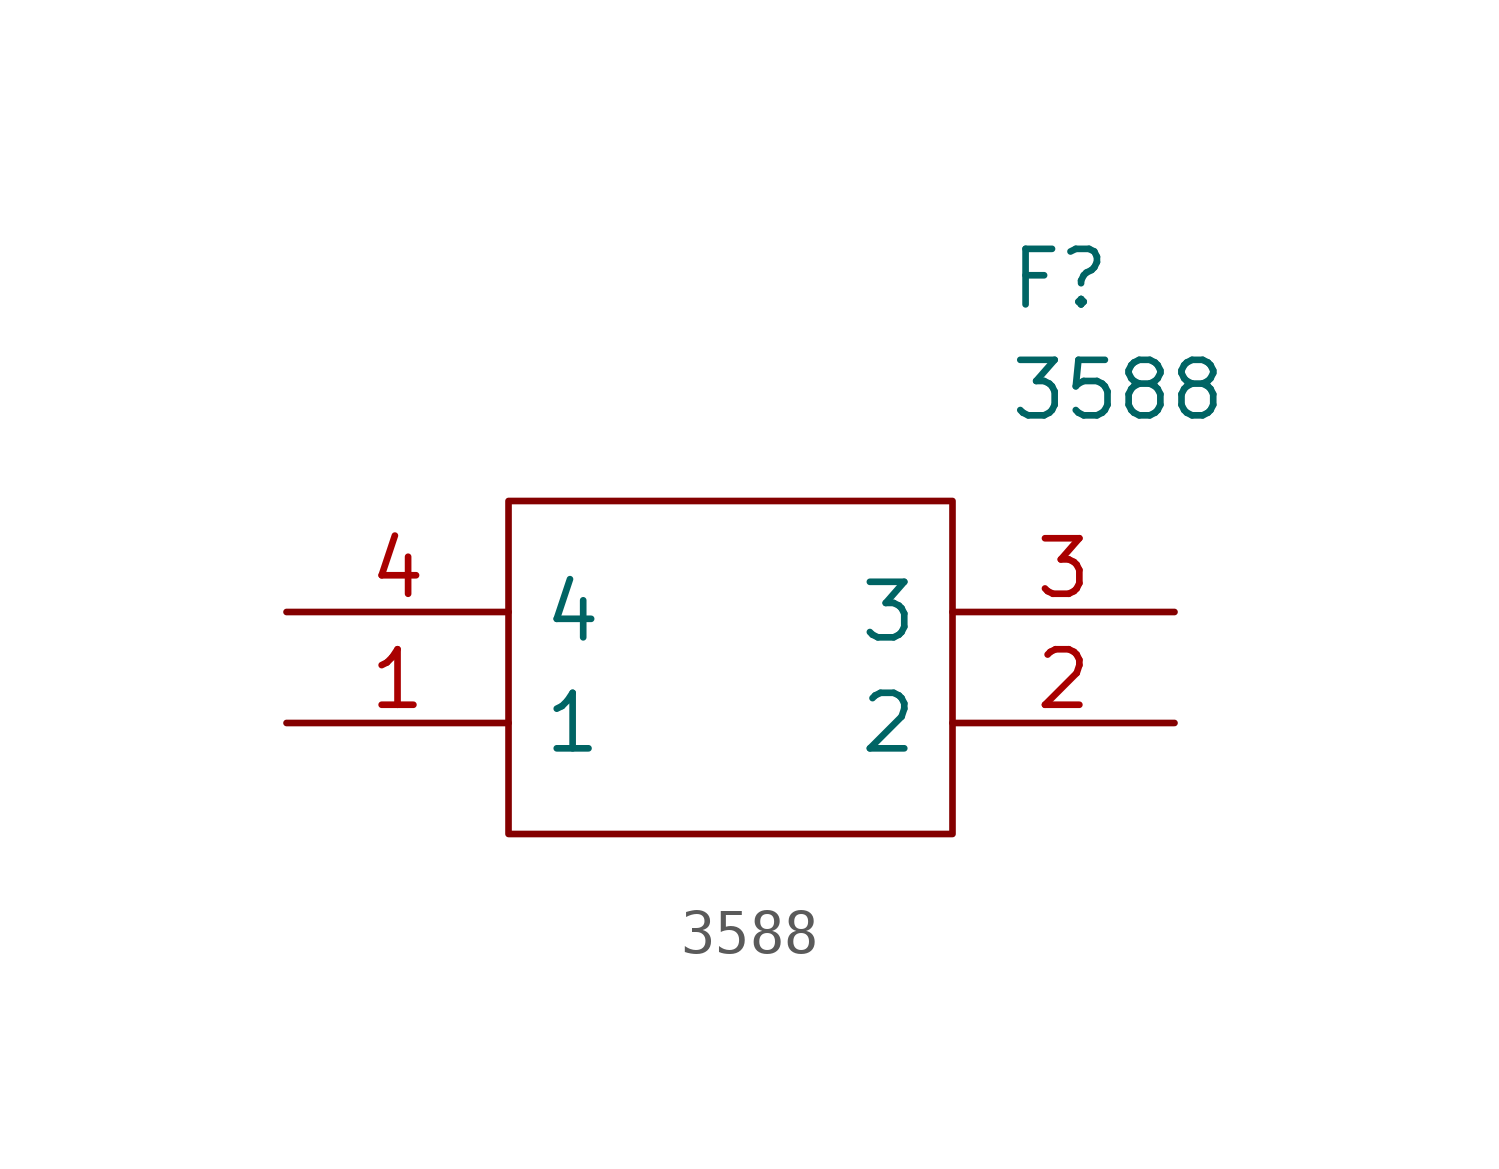
<source format=kicad_sym>
(kicad_symbol_lib
  (version 20211014)
  (generator kicad_symbol_editor)
  (symbol "3588"
    (pin_names
      (offset 0.762))
    (property "Reference" "F"
      (at 16.51 7.62 0)
      (effects (font (size 1.27 1.27)) (justify left)))
    (property "Value" "3588"
      (at 16.51 5.08 0)
      (effects (font (size 1.27 1.27)) (justify left)))
    (symbol "3588_0_0"
      (pin passive line (at 0 -2.54 0) (length 5.08) (name "1" (effects (font (size 1.27 1.27)))) (number "1" (effects (font (size 1.27 1.27)))))
      (pin passive line (at 20.32 -2.54 180) (length 5.08) (name "2" (effects (font (size 1.27 1.27)))) (number "2" (effects (font (size 1.27 1.27)))))
      (pin passive line (at 20.32 0 180) (length 5.08) (name "3" (effects (font (size 1.27 1.27)))) (number "3" (effects (font (size 1.27 1.27)))))
      (pin passive line (at 0 0 0) (length 5.08) (name "4" (effects (font (size 1.27 1.27)))) (number "4" (effects (font (size 1.27 1.27))))))
    (symbol "3588_0_1"
      (polyline (pts (xy 5.08 2.54) (xy 15.24 2.54) (xy 15.24 -5.08) (xy 5.08 -5.08) (xy 5.08 2.54)) (stroke (width 0.152) (type default) (color 0 0 0 0)) (fill (type none))))))
</source>
